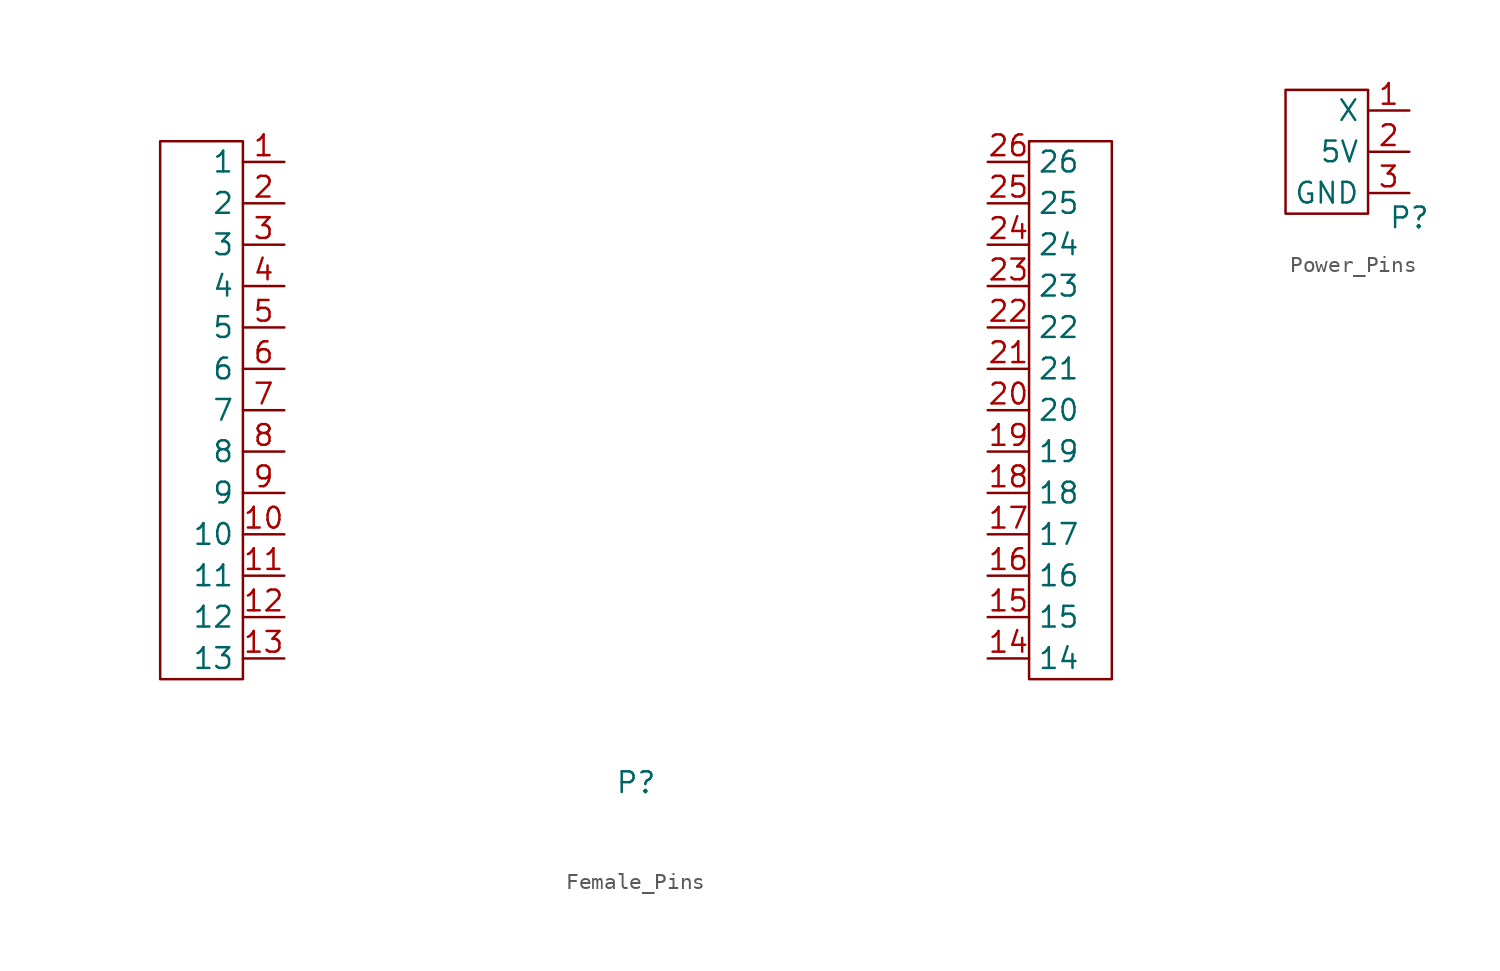
<source format=kicad_sym>
(kicad_symbol_lib
  (version 20231120)
  (generator "kicad_symbol_editor")
  (generator_version "8.0")
  (symbol "Female_Pins"
    (property "Reference" "P"
      (at 0 -22.86 0)
      (effects (font (size 1.27 1.27))))
    (property "Value" ""
      (at -21.59 5.08 0)
      (effects (font (size 1.27 1.27))))
    (symbol "Female_Pins_0_1"
      (rectangle (start -29.21 16.51) (end -24.13 -16.51) (stroke (width 0) (type default)) (fill (type none)))
      (rectangle (start 24.13 16.51) (end 29.21 -16.51) (stroke (width 0) (type default)) (fill (type none))))
    (symbol "Female_Pins_1_1"
      (pin bidirectional line (at -21.59 15.24 180) (length 2.54) (name "1" (effects (font (size 1.27 1.27)))) (number "1" (effects (font (size 1.27 1.27)))))
      (pin bidirectional line (at -21.59 -7.62 180) (length 2.54) (name "10" (effects (font (size 1.27 1.27)))) (number "10" (effects (font (size 1.27 1.27)))))
      (pin bidirectional line (at -21.59 -10.16 180) (length 2.54) (name "11" (effects (font (size 1.27 1.27)))) (number "11" (effects (font (size 1.27 1.27)))))
      (pin bidirectional line (at -21.59 -12.7 180) (length 2.54) (name "12" (effects (font (size 1.27 1.27)))) (number "12" (effects (font (size 1.27 1.27)))))
      (pin bidirectional line (at -21.59 -15.24 180) (length 2.54) (name "13" (effects (font (size 1.27 1.27)))) (number "13" (effects (font (size 1.27 1.27)))))
      (pin bidirectional line (at 21.59 -15.24 0) (length 2.54) (name "14" (effects (font (size 1.27 1.27)))) (number "14" (effects (font (size 1.27 1.27)))))
      (pin bidirectional line (at 21.59 -12.7 0) (length 2.54) (name "15" (effects (font (size 1.27 1.27)))) (number "15" (effects (font (size 1.27 1.27)))))
      (pin bidirectional line (at 21.59 -10.16 0) (length 2.54) (name "16" (effects (font (size 1.27 1.27)))) (number "16" (effects (font (size 1.27 1.27)))))
      (pin bidirectional line (at 21.59 -7.62 0) (length 2.54) (name "17" (effects (font (size 1.27 1.27)))) (number "17" (effects (font (size 1.27 1.27)))))
      (pin bidirectional line (at 21.59 -5.08 0) (length 2.54) (name "18" (effects (font (size 1.27 1.27)))) (number "18" (effects (font (size 1.27 1.27)))))
      (pin bidirectional line (at 21.59 -2.54 0) (length 2.54) (name "19" (effects (font (size 1.27 1.27)))) (number "19" (effects (font (size 1.27 1.27)))))
      (pin bidirectional line (at -21.59 12.7 180) (length 2.54) (name "2" (effects (font (size 1.27 1.27)))) (number "2" (effects (font (size 1.27 1.27)))))
      (pin bidirectional line (at 21.59 0 0) (length 2.54) (name "20" (effects (font (size 1.27 1.27)))) (number "20" (effects (font (size 1.27 1.27)))))
      (pin bidirectional line (at 21.59 2.54 0) (length 2.54) (name "21" (effects (font (size 1.27 1.27)))) (number "21" (effects (font (size 1.27 1.27)))))
      (pin bidirectional line (at 21.59 5.08 0) (length 2.54) (name "22" (effects (font (size 1.27 1.27)))) (number "22" (effects (font (size 1.27 1.27)))))
      (pin bidirectional line (at 21.59 7.62 0) (length 2.54) (name "23" (effects (font (size 1.27 1.27)))) (number "23" (effects (font (size 1.27 1.27)))))
      (pin bidirectional line (at 21.59 10.16 0) (length 2.54) (name "24" (effects (font (size 1.27 1.27)))) (number "24" (effects (font (size 1.27 1.27)))))
      (pin bidirectional line (at 21.59 12.7 0) (length 2.54) (name "25" (effects (font (size 1.27 1.27)))) (number "25" (effects (font (size 1.27 1.27)))))
      (pin bidirectional line (at 21.59 15.24 0) (length 2.54) (name "26" (effects (font (size 1.27 1.27)))) (number "26" (effects (font (size 1.27 1.27)))))
      (pin bidirectional line (at -21.59 10.16 180) (length 2.54) (name "3" (effects (font (size 1.27 1.27)))) (number "3" (effects (font (size 1.27 1.27)))))
      (pin bidirectional line (at -21.59 7.62 180) (length 2.54) (name "4" (effects (font (size 1.27 1.27)))) (number "4" (effects (font (size 1.27 1.27)))))
      (pin bidirectional line (at -21.59 5.08 180) (length 2.54) (name "5" (effects (font (size 1.27 1.27)))) (number "5" (effects (font (size 1.27 1.27)))))
      (pin bidirectional line (at -21.59 2.54 180) (length 2.54) (name "6" (effects (font (size 1.27 1.27)))) (number "6" (effects (font (size 1.27 1.27)))))
      (pin bidirectional line (at -21.59 0 180) (length 2.54) (name "7" (effects (font (size 1.27 1.27)))) (number "7" (effects (font (size 1.27 1.27)))))
      (pin bidirectional line (at -21.59 -2.54 180) (length 2.54) (name "8" (effects (font (size 1.27 1.27)))) (number "8" (effects (font (size 1.27 1.27)))))
      (pin bidirectional line (at -21.59 -5.08 180) (length 2.54) (name "9" (effects (font (size 1.27 1.27)))) (number "9" (effects (font (size 1.27 1.27)))))))
  (symbol "Power_Pins"
    (property "Reference" "P"
      (at 0 -4.064 0)
      (effects (font (size 1.27 1.27))))
    (property "Value" ""
      (at 0 -4.064 0)
      (effects (font (size 1.27 1.27))))
    (symbol "Power_Pins_0_1"
      (rectangle (start -7.62 3.81) (end -2.54 -3.81) (stroke (width 0) (type default)) (fill (type none))))
    (symbol "Power_Pins_1_1"
      (pin bidirectional line (at 0 2.54 180) (length 2.54) (name "X" (effects (font (size 1.27 1.27)))) (number "1" (effects (font (size 1.27 1.27)))))
      (pin bidirectional line (at 0 0 180) (length 2.54) (name "5V" (effects (font (size 1.27 1.27)))) (number "2" (effects (font (size 1.27 1.27)))))
      (pin bidirectional line (at 0 -2.54 180) (length 2.54) (name "GND" (effects (font (size 1.27 1.27)))) (number "3" (effects (font (size 1.27 1.27))))))))
</source>
